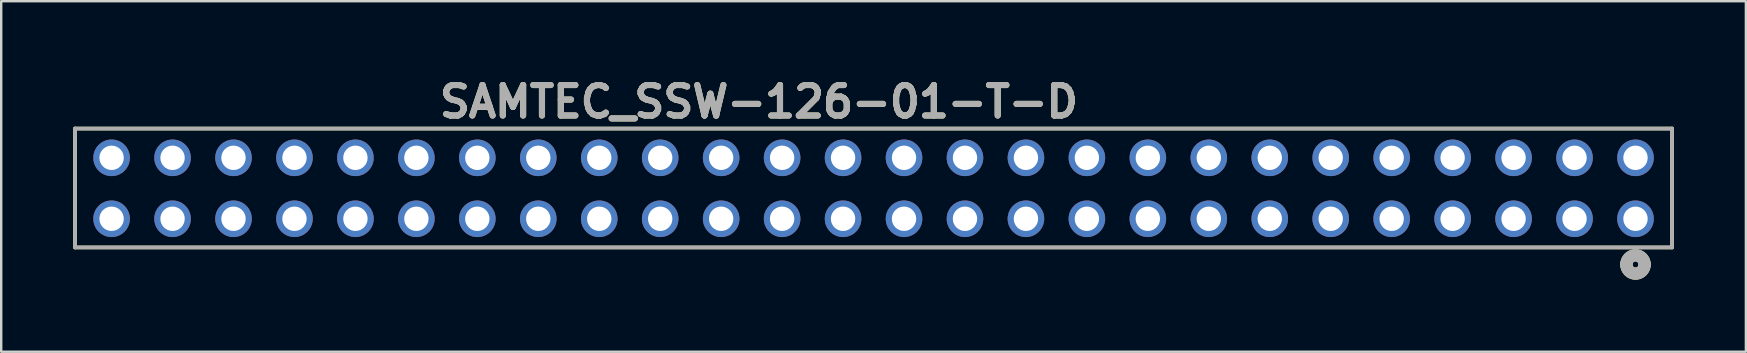
<source format=kicad_pcb>
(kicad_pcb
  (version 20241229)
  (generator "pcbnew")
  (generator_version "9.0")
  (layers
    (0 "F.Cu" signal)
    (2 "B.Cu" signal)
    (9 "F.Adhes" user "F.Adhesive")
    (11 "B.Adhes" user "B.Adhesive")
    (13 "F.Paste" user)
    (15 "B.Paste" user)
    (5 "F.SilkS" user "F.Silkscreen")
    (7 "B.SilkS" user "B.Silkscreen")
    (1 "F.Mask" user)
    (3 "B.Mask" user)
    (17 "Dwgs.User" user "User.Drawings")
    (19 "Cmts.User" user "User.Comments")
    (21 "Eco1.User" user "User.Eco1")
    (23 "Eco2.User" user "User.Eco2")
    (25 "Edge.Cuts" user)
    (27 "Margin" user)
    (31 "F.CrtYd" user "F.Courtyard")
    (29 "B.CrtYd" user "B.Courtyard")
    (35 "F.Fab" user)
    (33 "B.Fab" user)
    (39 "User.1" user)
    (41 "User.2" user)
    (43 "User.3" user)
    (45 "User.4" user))
  (footprint "SAMTEC_SSW-126-01-T-D"
    (layer "F.Cu")
    (at 1.6 3.526)
    (property "Reference" "SAMTEC_SSW-126-01-T-D" (at 26.975 -2.337 0) (layer "F.SilkS") (effects (font (size 1.27 1.27) (thickness 0.254))))
    (attr through_hole)
    (fp_line (start -1.524 -1.219) (end -1.524 3.734) (stroke (width 0.152) (type solid)) (layer "F.SilkS"))
    (fp_line (start -1.524 3.734) (end 65.024 3.734) (stroke (width 0.152) (type solid)) (layer "F.SilkS"))
    (fp_line (start 65.024 -1.219) (end -1.524 -1.219) (stroke (width 0.152) (type solid)) (layer "F.SilkS"))
    (fp_line (start 65.024 3.734) (end 65.024 -1.219) (stroke (width 0.152) (type solid)) (layer "F.SilkS"))
    (fp_arc (start 63.119 4.445) (mid 63.5 4.064) (end 63.881 4.445) (stroke (width 0.508) (type solid)) (layer "F.SilkS"))
    (fp_arc (start 63.881 4.445) (mid 63.5 4.826) (end 63.119 4.445) (stroke (width 0.508) (type solid)) (layer "F.SilkS"))
    (fp_line (start -1.524 -1.219) (end -1.524 3.734) (stroke (width 0.152) (type solid)) (layer "F.Fab"))
    (fp_line (start -1.524 3.734) (end 65.024 3.734) (stroke (width 0.152) (type solid)) (layer "F.Fab"))
    (fp_line (start 65.024 -1.219) (end -1.524 -1.219) (stroke (width 0.152) (type solid)) (layer "F.Fab"))
    (fp_line (start 65.024 3.734) (end 65.024 -1.219) (stroke (width 0.152) (type solid)) (layer "F.Fab"))
    (fp_arc (start 63.119 4.445) (mid 63.5 4.064) (end 63.881 4.445) (stroke (width 0.508) (type solid)) (layer "F.Fab"))
    (fp_arc (start 63.881 4.445) (mid 63.5 4.826) (end 63.119 4.445) (stroke (width 0.508) (type solid)) (layer "F.Fab"))
    (fp_text user "${REFERENCE}" (at 26.975 -2.337 0) (layer "F.Fab") (effects (font (size 1.27 1.27) (thickness 0.254))))
    (pad "1" thru_hole circle (at 63.5 2.54) (size 1.524 1.524) (drill 1.016) (layers "*.Cu" "*.Mask"))
    (pad "2" thru_hole circle (at 63.5 0) (size 1.524 1.524) (drill 1.016) (layers "*.Cu" "*.Mask"))
    (pad "3" thru_hole circle (at 60.96 2.54) (size 1.524 1.524) (drill 1.016) (layers "*.Cu" "*.Mask"))
    (pad "4" thru_hole circle (at 60.96 0) (size 1.524 1.524) (drill 1.016) (layers "*.Cu" "*.Mask"))
    (pad "5" thru_hole circle (at 58.42 2.54) (size 1.524 1.524) (drill 1.016) (layers "*.Cu" "*.Mask"))
    (pad "6" thru_hole circle (at 58.42 0) (size 1.524 1.524) (drill 1.016) (layers "*.Cu" "*.Mask"))
    (pad "7" thru_hole circle (at 55.88 2.54) (size 1.524 1.524) (drill 1.016) (layers "*.Cu" "*.Mask"))
    (pad "8" thru_hole circle (at 55.88 0) (size 1.524 1.524) (drill 1.016) (layers "*.Cu" "*.Mask"))
    (pad "9" thru_hole circle (at 53.34 2.54) (size 1.524 1.524) (drill 1.016) (layers "*.Cu" "*.Mask"))
    (pad "10" thru_hole circle (at 53.34 0) (size 1.524 1.524) (drill 1.016) (layers "*.Cu" "*.Mask"))
    (pad "11" thru_hole circle (at 50.8 2.54) (size 1.524 1.524) (drill 1.016) (layers "*.Cu" "*.Mask"))
    (pad "12" thru_hole circle (at 50.8 0) (size 1.524 1.524) (drill 1.016) (layers "*.Cu" "*.Mask"))
    (pad "13" thru_hole circle (at 48.26 2.54) (size 1.524 1.524) (drill 1.016) (layers "*.Cu" "*.Mask"))
    (pad "14" thru_hole circle (at 48.26 0) (size 1.524 1.524) (drill 1.016) (layers "*.Cu" "*.Mask"))
    (pad "15" thru_hole circle (at 45.72 2.54) (size 1.524 1.524) (drill 1.016) (layers "*.Cu" "*.Mask"))
    (pad "16" thru_hole circle (at 45.72 0) (size 1.524 1.524) (drill 1.016) (layers "*.Cu" "*.Mask"))
    (pad "17" thru_hole circle (at 43.18 2.54) (size 1.524 1.524) (drill 1.016) (layers "*.Cu" "*.Mask"))
    (pad "18" thru_hole circle (at 43.18 0) (size 1.524 1.524) (drill 1.016) (layers "*.Cu" "*.Mask"))
    (pad "19" thru_hole circle (at 40.64 2.54) (size 1.524 1.524) (drill 1.016) (layers "*.Cu" "*.Mask"))
    (pad "20" thru_hole circle (at 40.64 0) (size 1.524 1.524) (drill 1.016) (layers "*.Cu" "*.Mask"))
    (pad "21" thru_hole circle (at 38.1 2.54) (size 1.524 1.524) (drill 1.016) (layers "*.Cu" "*.Mask"))
    (pad "22" thru_hole circle (at 38.1 0) (size 1.524 1.524) (drill 1.016) (layers "*.Cu" "*.Mask"))
    (pad "23" thru_hole circle (at 35.56 2.54) (size 1.524 1.524) (drill 1.016) (layers "*.Cu" "*.Mask"))
    (pad "24" thru_hole circle (at 35.56 0) (size 1.524 1.524) (drill 1.016) (layers "*.Cu" "*.Mask"))
    (pad "25" thru_hole circle (at 33.02 2.54) (size 1.524 1.524) (drill 1.016) (layers "*.Cu" "*.Mask"))
    (pad "26" thru_hole circle (at 33.02 0) (size 1.524 1.524) (drill 1.016) (layers "*.Cu" "*.Mask"))
    (pad "27" thru_hole circle (at 30.48 2.54) (size 1.524 1.524) (drill 1.016) (layers "*.Cu" "*.Mask"))
    (pad "28" thru_hole circle (at 30.48 0) (size 1.524 1.524) (drill 1.016) (layers "*.Cu" "*.Mask"))
    (pad "29" thru_hole circle (at 27.94 2.54) (size 1.524 1.524) (drill 1.016) (layers "*.Cu" "*.Mask"))
    (pad "30" thru_hole circle (at 27.94 0) (size 1.524 1.524) (drill 1.016) (layers "*.Cu" "*.Mask"))
    (pad "31" thru_hole circle (at 25.4 2.54) (size 1.524 1.524) (drill 1.016) (layers "*.Cu" "*.Mask"))
    (pad "32" thru_hole circle (at 25.4 0) (size 1.524 1.524) (drill 1.016) (layers "*.Cu" "*.Mask"))
    (pad "33" thru_hole circle (at 22.86 2.54) (size 1.524 1.524) (drill 1.016) (layers "*.Cu" "*.Mask"))
    (pad "34" thru_hole circle (at 22.86 0) (size 1.524 1.524) (drill 1.016) (layers "*.Cu" "*.Mask"))
    (pad "35" thru_hole circle (at 20.32 2.54) (size 1.524 1.524) (drill 1.016) (layers "*.Cu" "*.Mask"))
    (pad "36" thru_hole circle (at 20.32 0) (size 1.524 1.524) (drill 1.016) (layers "*.Cu" "*.Mask"))
    (pad "37" thru_hole circle (at 17.78 2.54) (size 1.524 1.524) (drill 1.016) (layers "*.Cu" "*.Mask"))
    (pad "38" thru_hole circle (at 17.78 0) (size 1.524 1.524) (drill 1.016) (layers "*.Cu" "*.Mask"))
    (pad "39" thru_hole circle (at 15.24 2.54) (size 1.524 1.524) (drill 1.016) (layers "*.Cu" "*.Mask"))
    (pad "40" thru_hole circle (at 15.24 0) (size 1.524 1.524) (drill 1.016) (layers "*.Cu" "*.Mask"))
    (pad "41" thru_hole circle (at 12.7 2.54) (size 1.524 1.524) (drill 1.016) (layers "*.Cu" "*.Mask"))
    (pad "42" thru_hole circle (at 12.7 0) (size 1.524 1.524) (drill 1.016) (layers "*.Cu" "*.Mask"))
    (pad "43" thru_hole circle (at 10.16 2.54) (size 1.524 1.524) (drill 1.016) (layers "*.Cu" "*.Mask"))
    (pad "44" thru_hole circle (at 10.16 0) (size 1.524 1.524) (drill 1.016) (layers "*.Cu" "*.Mask"))
    (pad "45" thru_hole circle (at 7.62 2.54) (size 1.524 1.524) (drill 1.016) (layers "*.Cu" "*.Mask"))
    (pad "46" thru_hole circle (at 7.62 0) (size 1.524 1.524) (drill 1.016) (layers "*.Cu" "*.Mask"))
    (pad "47" thru_hole circle (at 5.08 2.54) (size 1.524 1.524) (drill 1.016) (layers "*.Cu" "*.Mask"))
    (pad "48" thru_hole circle (at 5.08 0) (size 1.524 1.524) (drill 1.016) (layers "*.Cu" "*.Mask"))
    (pad "49" thru_hole circle (at 2.54 2.54) (size 1.524 1.524) (drill 1.016) (layers "*.Cu" "*.Mask"))
    (pad "50" thru_hole circle (at 2.54 0) (size 1.524 1.524) (drill 1.016) (layers "*.Cu" "*.Mask"))
    (pad "51" thru_hole circle (at 0 2.54) (size 1.524 1.524) (drill 1.016) (layers "*.Cu" "*.Mask"))
    (pad "52" thru_hole circle (at 0 0) (size 1.524 1.524) (drill 1.016) (layers "*.Cu" "*.Mask")))
  (gr_rect
    (start -3 -3)
    (end 69.7 11.606)
    (stroke (width 0.1) (type default))
    (fill no)
    (layer "Edge.Cuts")))
</source>
